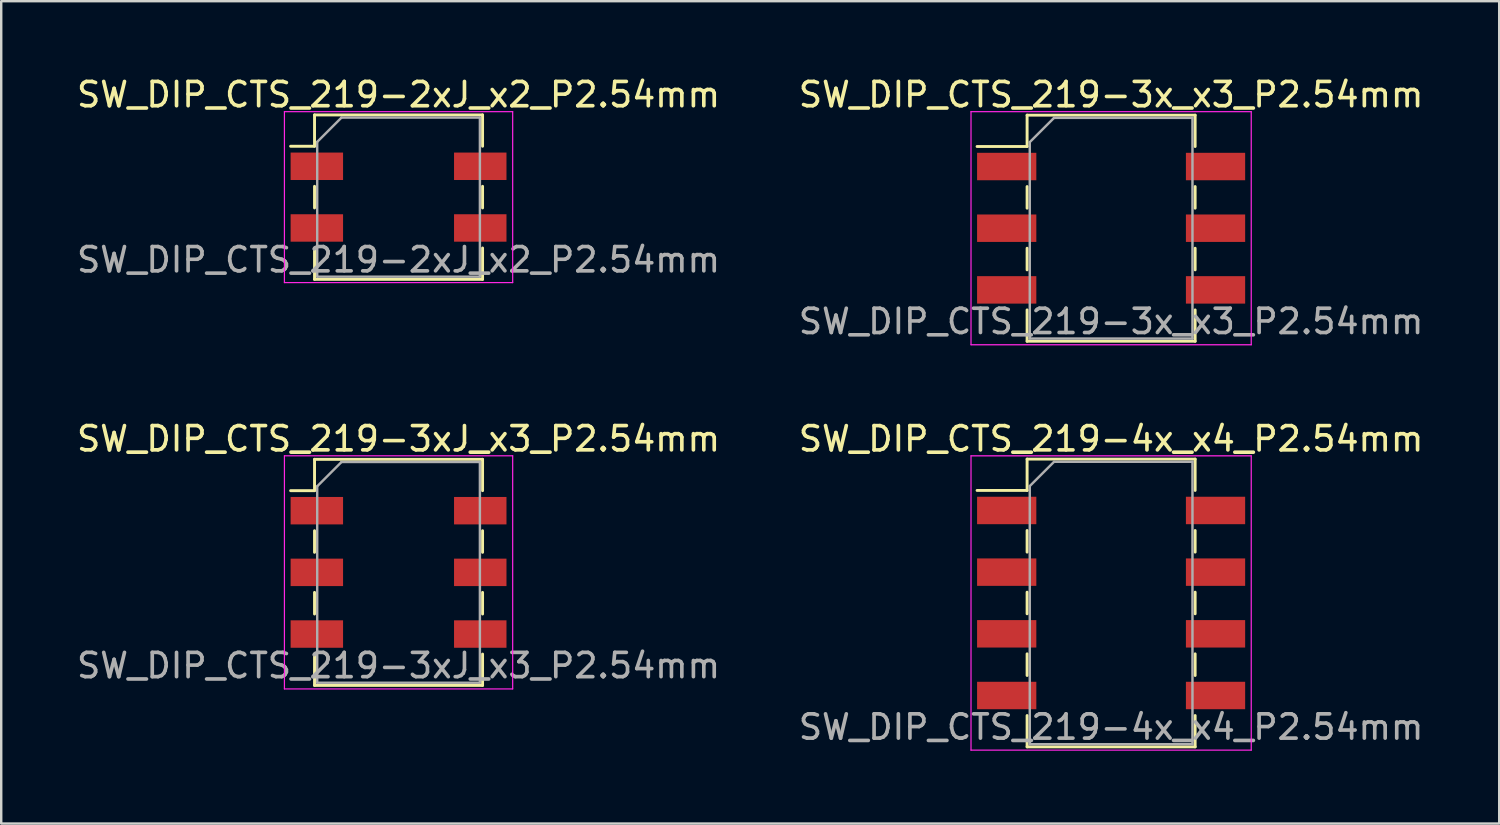
<source format=kicad_pcb>
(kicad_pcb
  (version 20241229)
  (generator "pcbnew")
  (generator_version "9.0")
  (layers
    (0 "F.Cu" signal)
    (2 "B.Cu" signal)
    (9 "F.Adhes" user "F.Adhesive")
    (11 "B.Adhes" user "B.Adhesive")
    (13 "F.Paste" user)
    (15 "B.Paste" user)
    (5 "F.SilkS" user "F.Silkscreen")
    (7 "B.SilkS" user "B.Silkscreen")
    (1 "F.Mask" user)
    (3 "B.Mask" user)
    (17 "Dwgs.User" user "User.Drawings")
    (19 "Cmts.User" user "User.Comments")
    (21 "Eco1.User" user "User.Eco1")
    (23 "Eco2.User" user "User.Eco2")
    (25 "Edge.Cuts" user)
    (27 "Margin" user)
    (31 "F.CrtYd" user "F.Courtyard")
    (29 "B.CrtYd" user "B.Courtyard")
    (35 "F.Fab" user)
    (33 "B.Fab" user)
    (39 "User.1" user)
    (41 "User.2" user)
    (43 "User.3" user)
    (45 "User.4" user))
  (footprint "SW_DIP_CTS_219-3x_x3_P2.54mm"
    (layer "F.Cu")
    (at 42.708 6.348)
    (property "Reference" "SW_DIP_CTS_219-3x_x3_P2.54mm" (at 0 -5.5 0) (layer "F.SilkS") (effects (font (size 1 1) (thickness 0.15))))
    (attr smd)
    (fp_line (start -5.52 -3.365) (end -3.46 -3.365) (stroke (width 0.12) (type solid)) (layer "F.SilkS"))
    (fp_line (start -3.46 -4.655) (end 3.46 -4.655) (stroke (width 0.12) (type solid)) (layer "F.SilkS"))
    (fp_line (start -3.46 -3.365) (end -3.46 -4.655) (stroke (width 0.12) (type solid)) (layer "F.SilkS"))
    (fp_line (start -3.46 -1.715) (end -3.46 -0.825) (stroke (width 0.12) (type solid)) (layer "F.SilkS"))
    (fp_line (start -3.46 0.825) (end -3.46 1.715) (stroke (width 0.12) (type solid)) (layer "F.SilkS"))
    (fp_line (start -3.46 3.365) (end -3.46 4.655) (stroke (width 0.12) (type solid)) (layer "F.SilkS"))
    (fp_line (start -3.46 4.655) (end 3.46 4.655) (stroke (width 0.12) (type solid)) (layer "F.SilkS"))
    (fp_line (start 3.46 -4.655) (end 3.46 -3.365) (stroke (width 0.12) (type solid)) (layer "F.SilkS"))
    (fp_line (start 3.46 -1.715) (end 3.46 -0.825) (stroke (width 0.12) (type solid)) (layer "F.SilkS"))
    (fp_line (start 3.46 0.825) (end 3.46 1.715) (stroke (width 0.12) (type solid)) (layer "F.SilkS"))
    (fp_line (start 3.46 4.655) (end 3.46 3.365) (stroke (width 0.12) (type solid)) (layer "F.SilkS"))
    (fp_line (start -5.77 -4.8) (end 5.77 -4.8) (stroke (width 0.05) (type solid)) (layer "F.CrtYd"))
    (fp_line (start -5.77 4.8) (end -5.77 -4.8) (stroke (width 0.05) (type solid)) (layer "F.CrtYd"))
    (fp_line (start 5.77 -4.8) (end 5.77 4.8) (stroke (width 0.05) (type solid)) (layer "F.CrtYd"))
    (fp_line (start 5.77 4.8) (end -5.77 4.8) (stroke (width 0.05) (type solid)) (layer "F.CrtYd"))
    (fp_line (start -3.35 -3.545) (end -2.35 -4.545) (stroke (width 0.1) (type solid)) (layer "F.Fab"))
    (fp_line (start -3.35 4.545) (end -3.35 -3.545) (stroke (width 0.1) (type solid)) (layer "F.Fab"))
    (fp_line (start -2.35 -4.545) (end 3.35 -4.545) (stroke (width 0.1) (type solid)) (layer "F.Fab"))
    (fp_line (start 3.35 -4.545) (end 3.35 4.545) (stroke (width 0.1) (type solid)) (layer "F.Fab"))
    (fp_line (start 3.35 4.545) (end -3.35 4.545) (stroke (width 0.1) (type solid)) (layer "F.Fab"))
    (fp_text user "${REFERENCE}" (at 0 3.84 0) (layer "F.Fab") (effects (font (size 1 1) (thickness 0.15))))
    (pad "1" smd rect (at -4.3 -2.54) (size 2.44 1.13) (layers "F.Cu" "F.Mask" "F.Paste"))
    (pad "2" smd rect (at -4.3 0) (size 2.44 1.13) (layers "F.Cu" "F.Mask" "F.Paste"))
    (pad "3" smd rect (at -4.3 2.54) (size 2.44 1.13) (layers "F.Cu" "F.Mask" "F.Paste"))
    (pad "4" smd rect (at 4.3 2.54) (size 2.44 1.13) (layers "F.Cu" "F.Mask" "F.Paste"))
    (pad "5" smd rect (at 4.3 0) (size 2.44 1.13) (layers "F.Cu" "F.Mask" "F.Paste"))
    (pad "6" smd rect (at 4.3 -2.54) (size 2.44 1.13) (layers "F.Cu" "F.Mask" "F.Paste")))
  (footprint "SW_DIP_CTS_219-3xJ_x3_P2.54mm"
    (layer "F.Cu")
    (at 13.363 20.521)
    (property "Reference" "SW_DIP_CTS_219-3xJ_x3_P2.54mm" (at 0 -5.5 0) (layer "F.SilkS") (effects (font (size 1 1) (thickness 0.15))))
    (attr smd)
    (fp_line (start -4.445 -3.365) (end -3.46 -3.365) (stroke (width 0.12) (type solid)) (layer "F.SilkS"))
    (fp_line (start -3.46 -4.655) (end 3.46 -4.655) (stroke (width 0.12) (type solid)) (layer "F.SilkS"))
    (fp_line (start -3.46 -3.365) (end -3.46 -4.655) (stroke (width 0.12) (type solid)) (layer "F.SilkS"))
    (fp_line (start -3.46 -1.715) (end -3.46 -0.825) (stroke (width 0.12) (type solid)) (layer "F.SilkS"))
    (fp_line (start -3.46 0.825) (end -3.46 1.715) (stroke (width 0.12) (type solid)) (layer "F.SilkS"))
    (fp_line (start -3.46 3.365) (end -3.46 4.655) (stroke (width 0.12) (type solid)) (layer "F.SilkS"))
    (fp_line (start -3.46 4.655) (end 3.46 4.655) (stroke (width 0.12) (type solid)) (layer "F.SilkS"))
    (fp_line (start 3.46 -4.655) (end 3.46 -3.365) (stroke (width 0.12) (type solid)) (layer "F.SilkS"))
    (fp_line (start 3.46 -1.715) (end 3.46 -0.825) (stroke (width 0.12) (type solid)) (layer "F.SilkS"))
    (fp_line (start 3.46 0.825) (end 3.46 1.715) (stroke (width 0.12) (type solid)) (layer "F.SilkS"))
    (fp_line (start 3.46 4.655) (end 3.46 3.365) (stroke (width 0.12) (type solid)) (layer "F.SilkS"))
    (fp_line (start -4.7 -4.8) (end 4.7 -4.8) (stroke (width 0.05) (type solid)) (layer "F.CrtYd"))
    (fp_line (start -4.7 4.8) (end -4.7 -4.8) (stroke (width 0.05) (type solid)) (layer "F.CrtYd"))
    (fp_line (start 4.7 -4.8) (end 4.7 4.8) (stroke (width 0.05) (type solid)) (layer "F.CrtYd"))
    (fp_line (start 4.7 4.8) (end -4.7 4.8) (stroke (width 0.05) (type solid)) (layer "F.CrtYd"))
    (fp_line (start -3.35 -3.545) (end -2.35 -4.545) (stroke (width 0.1) (type solid)) (layer "F.Fab"))
    (fp_line (start -3.35 4.545) (end -3.35 -3.545) (stroke (width 0.1) (type solid)) (layer "F.Fab"))
    (fp_line (start -2.35 -4.545) (end 3.35 -4.545) (stroke (width 0.1) (type solid)) (layer "F.Fab"))
    (fp_line (start 3.35 -4.545) (end 3.35 4.545) (stroke (width 0.1) (type solid)) (layer "F.Fab"))
    (fp_line (start 3.35 4.545) (end -3.35 4.545) (stroke (width 0.1) (type solid)) (layer "F.Fab"))
    (fp_text user "${REFERENCE}" (at 0 3.84 0) (layer "F.Fab") (effects (font (size 1 1) (thickness 0.15))))
    (pad "1" smd rect (at -3.365 -2.54) (size 2.16 1.13) (layers "F.Cu" "F.Mask" "F.Paste"))
    (pad "2" smd rect (at -3.365 0) (size 2.16 1.13) (layers "F.Cu" "F.Mask" "F.Paste"))
    (pad "3" smd rect (at -3.365 2.54) (size 2.16 1.13) (layers "F.Cu" "F.Mask" "F.Paste"))
    (pad "4" smd rect (at 3.365 2.54) (size 2.16 1.13) (layers "F.Cu" "F.Mask" "F.Paste"))
    (pad "5" smd rect (at 3.365 0) (size 2.16 1.13) (layers "F.Cu" "F.Mask" "F.Paste"))
    (pad "6" smd rect (at 3.365 -2.54) (size 2.16 1.13) (layers "F.Cu" "F.Mask" "F.Paste")))
  (footprint "SW_DIP_CTS_219-4x_x4_P2.54mm"
    (layer "F.Cu")
    (at 42.708 21.782)
    (property "Reference" "SW_DIP_CTS_219-4x_x4_P2.54mm" (at 0 -6.76 0) (layer "F.SilkS") (effects (font (size 1 1) (thickness 0.15))))
    (attr smd)
    (fp_line (start -5.52 -4.635) (end -3.46 -4.635) (stroke (width 0.12) (type solid)) (layer "F.SilkS"))
    (fp_line (start -3.46 -5.925) (end 3.46 -5.925) (stroke (width 0.12) (type solid)) (layer "F.SilkS"))
    (fp_line (start -3.46 -4.635) (end -3.46 -5.925) (stroke (width 0.12) (type solid)) (layer "F.SilkS"))
    (fp_line (start -3.46 -2.985) (end -3.46 -2.095) (stroke (width 0.12) (type solid)) (layer "F.SilkS"))
    (fp_line (start -3.46 -0.445) (end -3.46 0.445) (stroke (width 0.12) (type solid)) (layer "F.SilkS"))
    (fp_line (start -3.46 2.095) (end -3.46 2.985) (stroke (width 0.12) (type solid)) (layer "F.SilkS"))
    (fp_line (start -3.46 4.635) (end -3.46 5.925) (stroke (width 0.12) (type solid)) (layer "F.SilkS"))
    (fp_line (start -3.46 5.925) (end 3.46 5.925) (stroke (width 0.12) (type solid)) (layer "F.SilkS"))
    (fp_line (start 3.46 -5.925) (end 3.46 -4.635) (stroke (width 0.12) (type solid)) (layer "F.SilkS"))
    (fp_line (start 3.46 -2.985) (end 3.46 -2.095) (stroke (width 0.12) (type solid)) (layer "F.SilkS"))
    (fp_line (start 3.46 -0.445) (end 3.46 0.445) (stroke (width 0.12) (type solid)) (layer "F.SilkS"))
    (fp_line (start 3.46 2.095) (end 3.46 2.985) (stroke (width 0.12) (type solid)) (layer "F.SilkS"))
    (fp_line (start 3.46 5.925) (end 3.46 4.635) (stroke (width 0.12) (type solid)) (layer "F.SilkS"))
    (fp_line (start -5.77 -6.06) (end 5.77 -6.06) (stroke (width 0.05) (type solid)) (layer "F.CrtYd"))
    (fp_line (start -5.77 6.06) (end -5.77 -6.06) (stroke (width 0.05) (type solid)) (layer "F.CrtYd"))
    (fp_line (start 5.77 -6.06) (end 5.77 6.06) (stroke (width 0.05) (type solid)) (layer "F.CrtYd"))
    (fp_line (start 5.77 6.06) (end -5.77 6.06) (stroke (width 0.05) (type solid)) (layer "F.CrtYd"))
    (fp_line (start -3.35 -4.815) (end -2.35 -5.815) (stroke (width 0.1) (type solid)) (layer "F.Fab"))
    (fp_line (start -3.35 5.815) (end -3.35 -4.815) (stroke (width 0.1) (type solid)) (layer "F.Fab"))
    (fp_line (start -2.35 -5.815) (end 3.35 -5.815) (stroke (width 0.1) (type solid)) (layer "F.Fab"))
    (fp_line (start 3.35 -5.815) (end 3.35 5.815) (stroke (width 0.1) (type solid)) (layer "F.Fab"))
    (fp_line (start 3.35 5.815) (end -3.35 5.815) (stroke (width 0.1) (type solid)) (layer "F.Fab"))
    (fp_text user "${REFERENCE}" (at 0 5.11 0) (layer "F.Fab") (effects (font (size 1 1) (thickness 0.15))))
    (pad "1" smd rect (at -4.3 -3.81) (size 2.44 1.13) (layers "F.Cu" "F.Mask" "F.Paste"))
    (pad "2" smd rect (at -4.3 -1.27) (size 2.44 1.13) (layers "F.Cu" "F.Mask" "F.Paste"))
    (pad "3" smd rect (at -4.3 1.27) (size 2.44 1.13) (layers "F.Cu" "F.Mask" "F.Paste"))
    (pad "4" smd rect (at -4.3 3.81) (size 2.44 1.13) (layers "F.Cu" "F.Mask" "F.Paste"))
    (pad "5" smd rect (at 4.3 3.81) (size 2.44 1.13) (layers "F.Cu" "F.Mask" "F.Paste"))
    (pad "6" smd rect (at 4.3 1.27) (size 2.44 1.13) (layers "F.Cu" "F.Mask" "F.Paste"))
    (pad "7" smd rect (at 4.3 -1.27) (size 2.44 1.13) (layers "F.Cu" "F.Mask" "F.Paste"))
    (pad "8" smd rect (at 4.3 -3.81) (size 2.44 1.13) (layers "F.Cu" "F.Mask" "F.Paste")))
  (footprint "SW_DIP_CTS_219-2xJ_x2_P2.54mm"
    (layer "F.Cu")
    (at 13.363 5.068)
    (property "Reference" "SW_DIP_CTS_219-2xJ_x2_P2.54mm" (at 0 -4.22 0) (layer "F.SilkS") (effects (font (size 1 1) (thickness 0.15))))
    (attr smd)
    (fp_line (start -4.445 -2.095) (end -3.46 -2.095) (stroke (width 0.12) (type solid)) (layer "F.SilkS"))
    (fp_line (start -3.46 -3.385) (end 3.46 -3.385) (stroke (width 0.12) (type solid)) (layer "F.SilkS"))
    (fp_line (start -3.46 -2.095) (end -3.46 -3.385) (stroke (width 0.12) (type solid)) (layer "F.SilkS"))
    (fp_line (start -3.46 -0.445) (end -3.46 0.445) (stroke (width 0.12) (type solid)) (layer "F.SilkS"))
    (fp_line (start -3.46 2.095) (end -3.46 3.385) (stroke (width 0.12) (type solid)) (layer "F.SilkS"))
    (fp_line (start -3.46 3.385) (end 3.46 3.385) (stroke (width 0.12) (type solid)) (layer "F.SilkS"))
    (fp_line (start 3.46 -3.385) (end 3.46 -2.095) (stroke (width 0.12) (type solid)) (layer "F.SilkS"))
    (fp_line (start 3.46 -0.445) (end 3.46 0.445) (stroke (width 0.12) (type solid)) (layer "F.SilkS"))
    (fp_line (start 3.46 3.385) (end 3.46 2.095) (stroke (width 0.12) (type solid)) (layer "F.SilkS"))
    (fp_line (start -4.7 -3.52) (end 4.7 -3.52) (stroke (width 0.05) (type solid)) (layer "F.CrtYd"))
    (fp_line (start -4.7 3.52) (end -4.7 -3.52) (stroke (width 0.05) (type solid)) (layer "F.CrtYd"))
    (fp_line (start 4.7 -3.52) (end 4.7 3.52) (stroke (width 0.05) (type solid)) (layer "F.CrtYd"))
    (fp_line (start 4.7 3.52) (end -4.7 3.52) (stroke (width 0.05) (type solid)) (layer "F.CrtYd"))
    (fp_line (start -3.35 -2.275) (end -2.35 -3.275) (stroke (width 0.1) (type solid)) (layer "F.Fab"))
    (fp_line (start -3.35 3.275) (end -3.35 -2.275) (stroke (width 0.1) (type solid)) (layer "F.Fab"))
    (fp_line (start -2.35 -3.275) (end 3.35 -3.275) (stroke (width 0.1) (type solid)) (layer "F.Fab"))
    (fp_line (start 3.35 -3.275) (end 3.35 3.275) (stroke (width 0.1) (type solid)) (layer "F.Fab"))
    (fp_line (start 3.35 3.275) (end -3.35 3.275) (stroke (width 0.1) (type solid)) (layer "F.Fab"))
    (fp_text user "${REFERENCE}" (at 0 2.58 0) (layer "F.Fab") (effects (font (size 1 1) (thickness 0.15))))
    (pad "1" smd rect (at -3.365 -1.27) (size 2.16 1.13) (layers "F.Cu" "F.Mask" "F.Paste"))
    (pad "2" smd rect (at -3.365 1.27) (size 2.16 1.13) (layers "F.Cu" "F.Mask" "F.Paste"))
    (pad "3" smd rect (at 3.365 1.27) (size 2.16 1.13) (layers "F.Cu" "F.Mask" "F.Paste"))
    (pad "4" smd rect (at 3.365 -1.27) (size 2.16 1.13) (layers "F.Cu" "F.Mask" "F.Paste")))
  (gr_rect
    (start -3 -3)
    (end 58.69 30.866)
    (stroke (width 0.1) (type default))
    (fill no)
    (layer "Edge.Cuts")))
</source>
